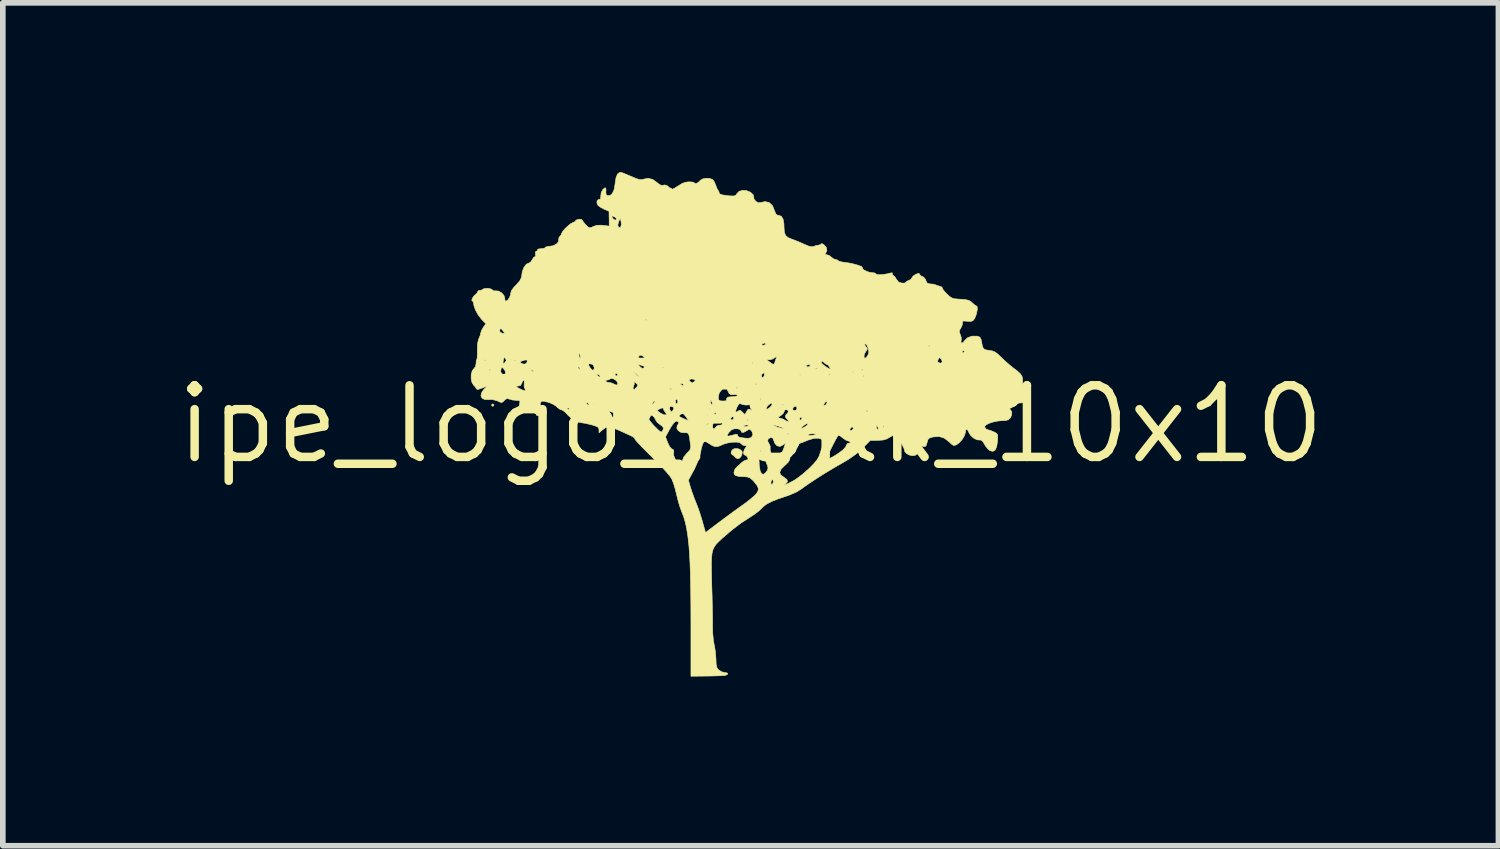
<source format=kicad_pcb>
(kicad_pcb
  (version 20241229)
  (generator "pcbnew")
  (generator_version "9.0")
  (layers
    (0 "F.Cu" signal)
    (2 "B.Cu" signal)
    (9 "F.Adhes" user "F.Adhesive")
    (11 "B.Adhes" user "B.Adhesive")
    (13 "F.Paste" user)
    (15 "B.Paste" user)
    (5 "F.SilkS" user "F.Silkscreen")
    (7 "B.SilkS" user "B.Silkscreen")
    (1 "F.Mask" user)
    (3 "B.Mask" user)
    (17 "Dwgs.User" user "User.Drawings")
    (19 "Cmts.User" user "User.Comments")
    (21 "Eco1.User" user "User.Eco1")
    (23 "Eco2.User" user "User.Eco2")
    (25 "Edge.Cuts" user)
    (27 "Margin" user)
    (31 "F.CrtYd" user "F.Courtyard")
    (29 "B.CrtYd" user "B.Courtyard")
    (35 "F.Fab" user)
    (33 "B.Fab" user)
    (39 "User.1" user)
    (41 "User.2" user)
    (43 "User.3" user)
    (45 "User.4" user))
  (footprint "ipe_logo_FSilk_10x10"
    (layer "F.Cu")
    (at 10.258 4.471)
    (property "Reference" "ipe_logo_FSilk_10x10" (at 0 0 0) (layer "F.SilkS") (effects (font (size 1.27 1.27) (thickness 0.15))))
    (attr through_hole)
    (fp_poly (pts (xy -4.551 -0.344) (xy -4.551 -0.339) (xy -4.567 -0.318) (xy -4.572 -0.318) (xy -4.593 -0.334) (xy -4.593 -0.339) (xy -4.577 -0.359) (xy -4.572 -0.36) (xy -4.551 -0.344)) (stroke (width 0.01) (type solid)) (fill yes) (layer "F.SilkS"))
    (fp_poly (pts (xy -0.179 0.453) (xy -0.15 0.487) (xy -0.148 0.5) (xy -0.16 0.556) (xy -0.189 0.596) (xy -0.226 0.612) (xy -0.261 0.597) (xy -0.269 0.586) (xy -0.303 0.554) (xy -0.321 0.545) (xy -0.346 0.519) (xy -0.343 0.481) (xy -0.316 0.447) (xy -0.285 0.432) (xy -0.229 0.432) (xy -0.179 0.453)) (stroke (width 0.01) (type solid)) (fill yes) (layer "F.SilkS"))
    (fp_poly (pts (xy -2.295 -4.464) (xy -2.272 -4.457) (xy -2.234 -4.442) (xy -2.172 -4.416) (xy -2.081 -4.377) (xy -2.053 -4.365) (xy -1.977 -4.338) (xy -1.921 -4.338) (xy -1.909 -4.342) (xy -1.819 -4.36) (xy -1.738 -4.341) (xy -1.667 -4.29) (xy -1.616 -4.25) (xy -1.577 -4.233) (xy -1.565 -4.234) (xy -1.528 -4.242) (xy -1.487 -4.234) (xy -1.462 -4.216) (xy -1.46 -4.21) (xy -1.443 -4.193) (xy -1.429 -4.191) (xy -1.401 -4.179) (xy -1.397 -4.169) (xy -1.381 -4.169) (xy -1.341 -4.189) (xy -1.289 -4.222) (xy -1.211 -4.27) (xy -1.144 -4.292) (xy -1.088 -4.297) (xy -1.032 -4.293) (xy -0.999 -4.282) (xy -0.995 -4.276) (xy -0.981 -4.264) (xy -0.949 -4.274) (xy -0.913 -4.3) (xy -0.893 -4.322) (xy -0.852 -4.348) (xy -0.79 -4.36) (xy -0.725 -4.357) (xy -0.674 -4.338) (xy -0.668 -4.333) (xy -0.644 -4.296) (xy -0.619 -4.239) (xy -0.615 -4.228) (xy -0.594 -4.174) (xy -0.573 -4.14) (xy -0.57 -4.137) (xy -0.558 -4.113) (xy -0.56 -4.107) (xy -0.554 -4.086) (xy -0.507 -4.067) (xy -0.423 -4.054) (xy -0.381 -4.049) (xy -0.313 -4.046) (xy -0.275 -4.051) (xy -0.271 -4.053) (xy 0.021 -4.053) (xy 0.032 -4.043) (xy 0.042 -4.053) (xy 0.032 -4.064) (xy 0.021 -4.053) (xy -0.271 -4.053) (xy -0.254 -4.068) (xy -0.243 -4.088) (xy -0.205 -4.128) (xy -0.144 -4.146) (xy -0.073 -4.142) (xy -0.005 -4.114) (xy 0.007 -4.105) (xy 0.045 -4.066) (xy 0.055 -4.032) (xy 0.055 -4.029) (xy 0.06 -3.992) (xy 0.09 -3.953) (xy 0.132 -3.928) (xy 0.166 -3.927) (xy 0.257 -3.947) (xy 0.331 -3.929) (xy 0.388 -3.873) (xy 0.424 -3.785) (xy 0.446 -3.729) (xy 0.475 -3.706) (xy 0.491 -3.704) (xy 0.541 -3.689) (xy 0.574 -3.64) (xy 0.59 -3.556) (xy 0.592 -3.499) (xy 0.597 -3.41) (xy 0.617 -3.351) (xy 0.658 -3.312) (xy 0.728 -3.282) (xy 0.735 -3.279) (xy 0.797 -3.256) (xy 0.878 -3.223) (xy 0.947 -3.192) (xy 1.025 -3.159) (xy 1.077 -3.146) (xy 1.112 -3.149) (xy 1.12 -3.153) (xy 1.175 -3.172) (xy 1.205 -3.175) (xy 1.24 -3.184) (xy 1.249 -3.197) (xy 1.263 -3.202) (xy 1.298 -3.184) (xy 1.301 -3.181) (xy 1.343 -3.132) (xy 1.352 -3.076) (xy 1.329 -3.031) (xy 1.318 -3.011) (xy 1.344 -3.006) (xy 1.347 -3.006) (xy 1.394 -2.991) (xy 1.429 -2.963) (xy 1.471 -2.931) (xy 1.504 -2.921) (xy 1.54 -2.911) (xy 1.549 -2.901) (xy 1.572 -2.888) (xy 1.625 -2.875) (xy 1.683 -2.867) (xy 1.757 -2.856) (xy 1.834 -2.839) (xy 1.904 -2.819) (xy 1.956 -2.8) (xy 1.981 -2.783) (xy 1.98 -2.778) (xy 1.983 -2.757) (xy 2.014 -2.732) (xy 2.063 -2.708) (xy 2.116 -2.691) (xy 2.146 -2.688) (xy 2.197 -2.682) (xy 2.222 -2.668) (xy 2.223 -2.664) (xy 2.241 -2.653) (xy 2.289 -2.65) (xy 2.356 -2.655) (xy 2.428 -2.667) (xy 2.475 -2.679) (xy 2.51 -2.685) (xy 2.512 -2.673) (xy 2.515 -2.647) (xy 2.528 -2.639) (xy 2.558 -2.613) (xy 2.586 -2.568) (xy 2.623 -2.52) (xy 2.682 -2.502) (xy 2.683 -2.502) (xy 2.73 -2.503) (xy 2.751 -2.514) (xy 2.752 -2.515) (xy 2.77 -2.535) (xy 2.805 -2.549) (xy 2.844 -2.569) (xy 2.857 -2.592) (xy 2.875 -2.621) (xy 2.917 -2.651) (xy 2.922 -2.654) (xy 2.967 -2.673) (xy 2.989 -2.671) (xy 2.998 -2.655) (xy 3.02 -2.628) (xy 3.031 -2.625) (xy 3.068 -2.607) (xy 3.101 -2.565) (xy 3.115 -2.528) (xy 3.136 -2.496) (xy 3.186 -2.487) (xy 3.238 -2.483) (xy 3.27 -2.474) (xy 3.305 -2.46) (xy 3.35 -2.447) (xy 3.389 -2.432) (xy 3.399 -2.416) (xy 3.407 -2.393) (xy 3.439 -2.352) (xy 3.478 -2.311) (xy 3.527 -2.265) (xy 3.568 -2.238) (xy 3.615 -2.224) (xy 3.684 -2.218) (xy 3.72 -2.216) (xy 3.805 -2.209) (xy 3.86 -2.198) (xy 3.9 -2.177) (xy 3.929 -2.152) (xy 3.971 -2.115) (xy 4.002 -2.096) (xy 4.006 -2.095) (xy 4.018 -2.078) (xy 4.018 -2.033) (xy 4.008 -1.975) (xy 3.99 -1.915) (xy 3.969 -1.87) (xy 3.941 -1.836) (xy 3.907 -1.823) (xy 3.851 -1.825) (xy 3.839 -1.826) (xy 3.782 -1.83) (xy 3.757 -1.824) (xy 3.755 -1.805) (xy 3.756 -1.802) (xy 3.753 -1.762) (xy 3.73 -1.711) (xy 3.727 -1.707) (xy 3.702 -1.661) (xy 3.702 -1.624) (xy 3.717 -1.591) (xy 3.734 -1.538) (xy 3.734 -1.498) (xy 3.729 -1.451) (xy 3.745 -1.437) (xy 3.775 -1.457) (xy 3.79 -1.479) (xy 3.846 -1.533) (xy 3.926 -1.562) (xy 4.016 -1.561) (xy 4.031 -1.558) (xy 4.066 -1.541) (xy 4.086 -1.503) (xy 4.096 -1.453) (xy 4.11 -1.381) (xy 4.13 -1.339) (xy 4.167 -1.319) (xy 4.231 -1.308) (xy 4.236 -1.308) (xy 4.292 -1.298) (xy 4.34 -1.276) (xy 4.391 -1.236) (xy 4.447 -1.182) (xy 4.517 -1.116) (xy 4.589 -1.052) (xy 4.646 -1.006) (xy 4.729 -0.943) (xy 4.783 -0.892) (xy 4.812 -0.846) (xy 4.823 -0.794) (xy 4.823 -0.738) (xy 4.823 -0.667) (xy 4.835 -0.625) (xy 4.858 -0.601) (xy 4.881 -0.578) (xy 4.878 -0.57) (xy 4.879 -0.563) (xy 4.905 -0.55) (xy 4.94 -0.524) (xy 4.952 -0.478) (xy 4.953 -0.456) (xy 4.953 -0.381) (xy 4.831 -0.381) (xy 4.728 -0.372) (xy 4.647 -0.343) (xy 4.636 -0.336) (xy 4.592 -0.306) (xy 4.579 -0.287) (xy 4.594 -0.269) (xy 4.599 -0.265) (xy 4.631 -0.219) (xy 4.627 -0.158) (xy 4.603 -0.111) (xy 4.57 -0.079) (xy 4.521 -0.066) (xy 4.472 -0.064) (xy 4.386 -0.057) (xy 4.3 -0.04) (xy 4.225 -0.015) (xy 4.171 0.014) (xy 4.149 0.043) (xy 4.149 0.046) (xy 4.168 0.081) (xy 4.207 0.098) (xy 4.27 0.118) (xy 4.326 0.142) (xy 4.359 0.162) (xy 4.376 0.185) (xy 4.381 0.225) (xy 4.378 0.294) (xy 4.377 0.299) (xy 4.362 0.399) (xy 4.335 0.459) (xy 4.293 0.481) (xy 4.246 0.47) (xy 4.204 0.437) (xy 4.161 0.382) (xy 4.148 0.359) (xy 4.114 0.302) (xy 4.083 0.281) (xy 4.064 0.281) (xy 4.011 0.276) (xy 3.951 0.245) (xy 3.899 0.196) (xy 3.87 0.148) (xy 3.846 0.1) (xy 3.825 0.087) (xy 3.812 0.111) (xy 3.81 0.134) (xy 3.794 0.196) (xy 3.754 0.266) (xy 3.699 0.328) (xy 3.657 0.359) (xy 3.622 0.376) (xy 3.594 0.375) (xy 3.561 0.352) (xy 3.519 0.312) (xy 3.433 0.246) (xy 3.344 0.219) (xy 3.239 0.225) (xy 3.229 0.227) (xy 3.172 0.244) (xy 3.144 0.271) (xy 3.131 0.314) (xy 3.115 0.373) (xy 3.094 0.397) (xy 3.056 0.394) (xy 3.027 0.384) (xy 2.983 0.371) (xy 2.969 0.377) (xy 2.974 0.403) (xy 2.977 0.471) (xy 2.948 0.529) (xy 2.92 0.551) (xy 2.872 0.559) (xy 2.814 0.546) (xy 2.763 0.519) (xy 2.733 0.484) (xy 2.731 0.471) (xy 2.72 0.432) (xy 2.692 0.373) (xy 2.667 0.331) (xy 2.646 0.296) (xy 2.88 0.296) (xy 2.885 0.307) (xy 2.897 0.323) (xy 2.928 0.356) (xy 2.942 0.356) (xy 2.942 0.352) (xy 2.928 0.334) (xy 2.905 0.315) (xy 2.88 0.296) (xy 2.646 0.296) (xy 2.632 0.273) (xy 2.609 0.229) (xy 2.603 0.212) (xy 2.589 0.184) (xy 2.549 0.187) (xy 2.484 0.22) (xy 2.473 0.227) (xy 2.411 0.262) (xy 2.349 0.28) (xy 2.267 0.286) (xy 2.252 0.286) (xy 2.121 0.287) (xy 1.986 0.424) (xy 1.874 0.525) (xy 1.741 0.619) (xy 1.63 0.685) (xy 1.48 0.771) (xy 1.327 0.863) (xy 1.181 0.955) (xy 1.05 1.041) (xy 0.944 1.115) (xy 0.907 1.143) (xy 0.811 1.203) (xy 0.683 1.258) (xy 0.621 1.279) (xy 0.477 1.328) (xy 0.367 1.372) (xy 0.284 1.416) (xy 0.222 1.463) (xy 0.192 1.494) (xy 0.143 1.54) (xy 0.072 1.594) (xy -0.007 1.647) (xy -0.014 1.651) (xy -0.177 1.757) (xy -0.332 1.875) (xy -0.496 2.016) (xy -0.517 2.035) (xy -0.569 2.084) (xy -0.611 2.128) (xy -0.643 2.172) (xy -0.667 2.222) (xy -0.683 2.282) (xy -0.692 2.359) (xy -0.696 2.458) (xy -0.695 2.585) (xy -0.692 2.744) (xy -0.688 2.889) (xy -0.683 3.048) (xy -0.68 3.201) (xy -0.677 3.342) (xy -0.675 3.462) (xy -0.675 3.554) (xy -0.675 3.598) (xy -0.672 3.705) (xy -0.661 3.821) (xy -0.647 3.905) (xy -0.629 4.004) (xy -0.618 4.11) (xy -0.614 4.182) (xy -0.611 4.26) (xy -0.6 4.31) (xy -0.576 4.346) (xy -0.565 4.357) (xy -0.512 4.39) (xy -0.459 4.403) (xy -0.413 4.411) (xy -0.405 4.429) (xy -0.436 4.448) (xy -0.45 4.452) (xy -0.488 4.456) (xy -0.559 4.46) (xy -0.654 4.463) (xy -0.761 4.465) (xy -0.778 4.465) (xy -1.058 4.468) (xy -1.058 3.562) (xy -1.059 3.236) (xy -1.062 2.948) (xy -1.067 2.696) (xy -1.074 2.476) (xy -1.084 2.285) (xy -1.097 2.12) (xy -1.114 1.977) (xy -1.134 1.852) (xy -1.157 1.744) (xy -1.185 1.647) (xy -1.218 1.559) (xy -1.228 1.535) (xy -1.254 1.463) (xy -1.283 1.367) (xy -1.308 1.266) (xy -1.313 1.245) (xy -1.337 1.148) (xy -1.365 1.055) (xy -1.389 0.992) (xy -1.103 0.992) (xy -1.068 1.115) (xy -1.039 1.203) (xy -1.003 1.304) (xy -0.974 1.376) (xy -0.941 1.46) (xy -0.903 1.567) (xy -0.869 1.678) (xy -0.857 1.717) (xy -0.8 1.921) (xy -0.585 1.758) (xy -0.475 1.676) (xy -0.349 1.583) (xy -0.227 1.494) (xy -0.155 1.443) (xy -0.067 1.379) (xy 0.012 1.316) (xy 0.073 1.262) (xy 0.107 1.226) (xy 0.133 1.178) (xy 0.136 1.134) (xy 0.112 1.083) (xy 0.077 1.04) (xy 0.36 1.04) (xy 0.368 1.068) (xy 0.381 1.069) (xy 0.399 1.039) (xy 0.402 1.014) (xy 0.394 0.985) (xy 0.381 0.984) (xy 0.363 1.014) (xy 0.36 1.04) (xy 0.077 1.04) (xy 0.06 1.017) (xy 0.041 0.997) (xy -0.009 0.952) (xy -0.063 0.934) (xy -0.11 0.931) (xy -0.204 0.926) (xy -0.262 0.912) (xy -0.291 0.885) (xy -0.296 0.855) (xy -0.281 0.803) (xy -0.253 0.767) (xy -0.206 0.725) (xy -0.161 0.683) (xy -0.116 0.649) (xy -0.077 0.635) (xy -0.077 0.635) (xy -0.048 0.631) (xy -0.047 0.623) (xy 0.148 0.623) (xy 0.154 0.742) (xy 0.169 0.828) (xy 0.194 0.877) (xy 0.226 0.889) (xy 0.265 0.861) (xy 0.271 0.853) (xy 0.516 0.853) (xy 0.533 0.898) (xy 0.589 0.94) (xy 0.594 0.943) (xy 0.644 0.981) (xy 0.653 1.02) (xy 0.621 1.058) (xy 0.619 1.059) (xy 0.594 1.077) (xy 0.6 1.079) (xy 0.629 1.068) (xy 0.675 1.046) (xy 0.731 1.017) (xy 0.782 0.989) (xy 0.85 0.942) (xy 0.933 0.877) (xy 1.017 0.803) (xy 1.05 0.773) (xy 1.128 0.692) (xy 1.18 0.628) (xy 1.201 0.592) (xy 1.355 0.592) (xy 1.366 0.612) (xy 1.401 0.606) (xy 1.464 0.575) (xy 1.545 0.524) (xy 1.633 0.459) (xy 1.684 0.405) (xy 1.694 0.381) (xy 1.716 0.34) (xy 1.744 0.335) (xy 1.77 0.331) (xy 1.768 0.319) (xy 1.737 0.298) (xy 1.725 0.296) (xy 1.692 0.284) (xy 1.644 0.252) (xy 1.63 0.24) (xy 1.585 0.206) (xy 1.558 0.2) (xy 1.542 0.213) (xy 1.518 0.254) (xy 1.484 0.317) (xy 1.446 0.391) (xy 1.409 0.466) (xy 1.379 0.532) (xy 1.359 0.578) (xy 1.355 0.592) (xy 1.201 0.592) (xy 1.212 0.572) (xy 1.227 0.529) (xy 1.251 0.455) (xy 1.278 0.388) (xy 1.286 0.372) (xy 1.306 0.328) (xy 1.302 0.301) (xy 1.273 0.273) (xy 1.21 0.248) (xy 1.124 0.25) (xy 1.023 0.28) (xy 1.005 0.288) (xy 0.942 0.313) (xy 0.868 0.34) (xy 0.857 0.343) (xy 0.795 0.372) (xy 0.768 0.408) (xy 0.766 0.417) (xy 0.747 0.466) (xy 0.729 0.488) (xy 0.708 0.526) (xy 0.699 0.581) (xy 0.699 0.583) (xy 0.692 0.63) (xy 0.667 0.673) (xy 0.616 0.723) (xy 0.601 0.736) (xy 0.538 0.8) (xy 0.516 0.853) (xy 0.271 0.853) (xy 0.285 0.834) (xy 0.302 0.805) (xy 0.308 0.777) (xy 0.301 0.74) (xy 0.279 0.683) (xy 0.253 0.622) (xy 0.219 0.55) (xy 0.19 0.495) (xy 0.17 0.467) (xy 0.166 0.466) (xy 0.158 0.485) (xy 0.151 0.536) (xy 0.148 0.609) (xy 0.148 0.623) (xy -0.047 0.623) (xy -0.046 0.611) (xy -0.055 0.584) (xy -0.081 0.555) (xy -0.098 0.55) (xy -0.121 0.534) (xy -0.125 0.495) (xy -0.111 0.448) (xy -0.092 0.42) (xy -0.069 0.391) (xy -0.08 0.382) (xy -0.103 0.381) (xy -0.145 0.368) (xy -0.162 0.349) (xy -0.191 0.327) (xy -0.248 0.317) (xy -0.323 0.319) (xy -0.403 0.331) (xy -0.477 0.353) (xy -0.492 0.36) (xy -0.567 0.391) (xy -0.623 0.399) (xy -0.677 0.381) (xy -0.731 0.347) (xy -0.782 0.315) (xy -0.811 0.306) (xy -0.83 0.317) (xy -0.838 0.327) (xy -0.855 0.366) (xy -0.874 0.431) (xy -0.888 0.501) (xy -0.925 0.635) (xy -0.991 0.785) (xy -1.007 0.815) (xy -1.103 0.992) (xy -1.389 0.992) (xy -1.392 0.983) (xy -1.398 0.97) (xy -1.431 0.921) (xy -1.491 0.849) (xy -1.574 0.758) (xy -1.676 0.653) (xy -1.749 0.582) (xy -1.841 0.49) (xy -1.923 0.408) (xy -1.988 0.339) (xy -2.033 0.289) (xy -2.053 0.262) (xy -2.053 0.26) (xy -2.055 0.249) (xy -2.066 0.237) (xy -2.085 0.225) (xy -1.509 0.225) (xy -1.47 0.327) (xy -1.438 0.393) (xy -1.405 0.433) (xy -1.392 0.44) (xy -1.364 0.458) (xy -1.363 0.499) (xy -1.365 0.506) (xy -1.364 0.555) (xy -1.338 0.618) (xy -1.309 0.667) (xy -1.241 0.773) (xy -1.222 0.677) (xy -1.185 0.581) (xy -1.129 0.514) (xy -1.085 0.47) (xy -1.065 0.433) (xy -1.064 0.383) (xy -1.069 0.345) (xy -1.075 0.299) (xy 0.301 0.299) (xy 0.326 0.344) (xy 0.326 0.344) (xy 0.347 0.389) (xy 0.346 0.418) (xy 0.347 0.465) (xy 0.365 0.526) (xy 0.392 0.587) (xy 0.424 0.635) (xy 0.453 0.656) (xy 0.455 0.656) (xy 0.484 0.637) (xy 0.52 0.584) (xy 0.539 0.545) (xy 0.57 0.473) (xy 0.594 0.409) (xy 0.604 0.381) (xy 0.613 0.345) (xy 0.604 0.343) (xy 0.574 0.368) (xy 0.521 0.394) (xy 0.469 0.383) (xy 0.428 0.338) (xy 0.413 0.296) (xy 0.396 0.25) (xy 0.368 0.236) (xy 0.353 0.237) (xy 0.312 0.259) (xy 0.301 0.299) (xy -1.075 0.299) (xy -1.081 0.253) (xy -1.091 0.204) (xy -0.417 0.204) (xy -0.403 0.211) (xy -0.368 0.206) (xy -0.309 0.192) (xy -0.27 0.179) (xy -0.239 0.178) (xy -0.233 0.197) (xy -0.224 0.218) (xy -0.191 0.233) (xy -0.129 0.243) (xy -0.052 0.251) (xy -0.004 0.242) (xy 0.017 0.229) (xy 0.039 0.19) (xy 1.016 0.19) (xy 1.034 0.198) (xy 1.075 0.198) (xy 1.122 0.192) (xy 1.158 0.18) (xy 1.162 0.177) (xy 1.15 0.172) (xy 1.108 0.169) (xy 1.094 0.169) (xy 1.043 0.174) (xy 1.017 0.187) (xy 1.016 0.19) (xy 0.039 0.19) (xy 0.041 0.186) (xy 0.036 0.169) (xy 0.656 0.169) (xy 0.664 0.187) (xy 0.67 0.183) (xy 0.673 0.158) (xy 0.67 0.155) (xy 0.658 0.158) (xy 0.656 0.169) (xy 0.036 0.169) (xy 0.027 0.137) (xy 0.014 0.117) (xy -0.01 0.092) (xy 1.761 0.092) (xy 1.765 0.117) (xy 1.787 0.114) (xy 1.816 0.087) (xy 1.82 0.07) (xy 1.811 0.052) (xy 2.23 0.052) (xy 2.235 0.072) (xy 2.251 0.097) (xy 2.259 0.097) (xy 2.262 0.071) (xy 2.256 0.051) (xy 2.251 0.042) (xy 2.349 0.042) (xy 2.357 0.06) (xy 2.364 0.056) (xy 2.366 0.031) (xy 2.364 0.028) (xy 2.351 0.031) (xy 2.349 0.042) (xy 2.251 0.042) (xy 2.24 0.026) (xy 2.232 0.026) (xy 2.23 0.052) (xy 1.811 0.052) (xy 1.809 0.048) (xy 1.786 0.053) (xy 1.765 0.079) (xy 1.761 0.092) (xy -0.01 0.092) (xy -0.01 0.091) (xy -0.034 0.093) (xy -0.065 0.113) (xy -0.121 0.143) (xy -0.157 0.144) (xy -0.169 0.119) (xy -0.187 0.094) (xy -0.231 0.081) (xy -0.285 0.081) (xy -0.333 0.096) (xy -0.339 0.1) (xy -0.383 0.143) (xy -0.404 0.174) (xy -0.417 0.204) (xy -1.091 0.204) (xy -1.092 0.195) (xy -1.107 0.164) (xy -1.128 0.152) (xy -1.161 0.151) (xy -1.175 0.152) (xy -1.239 0.143) (xy -1.286 0.111) (xy -1.309 0.068) (xy -1.303 0.037) (xy -0.677 0.037) (xy -0.667 0.076) (xy -0.644 0.082) (xy -0.621 0.053) (xy -0.6 0.034) (xy -0.127 0.034) (xy -0.109 0.041) (xy -0.085 0.042) (xy -0.05 0.034) (xy -0.042 0.023) (xy -0.059 0.012) (xy -0.085 0.015) (xy -0.119 0.027) (xy -0.127 0.034) (xy -0.6 0.034) (xy -0.593 0.028) (xy -0.56 0.021) (xy -0.511 0.012) (xy -0.51 0.009) (xy 0.39 0.009) (xy 0.412 0.024) (xy 0.481 0.054) (xy 0.564 0.074) (xy 0.624 0.078) (xy 0.625 0.077) (xy 0.892 0.077) (xy 0.899 0.079) (xy 0.937 0.061) (xy 0.94 0.06) (xy 1.259 0.06) (xy 1.283 0.063) (xy 1.319 0.051) (xy 1.339 0.008) (xy 1.341 -0.003) (xy 1.351 -0.072) (xy 1.354 -0.136) (xy 1.35 -0.183) (xy 1.34 -0.203) (xy 1.335 -0.202) (xy 1.322 -0.176) (xy 1.308 -0.122) (xy 1.301 -0.079) (xy 1.288 -0.014) (xy 1.272 0.034) (xy 1.262 0.047) (xy 1.259 0.06) (xy 0.94 0.06) (xy 0.947 0.056) (xy 0.992 0.027) (xy 1.015 0.002) (xy 1.016 -0.001) (xy 1.003 -0.011) (xy 0.97 0.002) (xy 0.931 0.032) (xy 0.908 0.055) (xy 0.892 0.077) (xy 0.625 0.077) (xy 0.656 0.063) (xy 0.671 0.02) (xy 0.674 0.002) (xy 0.67 -0.061) (xy 0.647 -0.089) (xy 0.643 -0.094) (xy 0.868 -0.094) (xy 0.878 -0.072) (xy 0.889 -0.074) (xy 0.909 -0.101) (xy 0.91 -0.107) (xy 0.894 -0.126) (xy 0.889 -0.127) (xy 0.87 -0.11) (xy 0.868 -0.094) (xy 0.643 -0.094) (xy 0.617 -0.124) (xy 0.623 -0.164) (xy 0.646 -0.185) (xy 0.669 -0.218) (xy 0.667 -0.233) (xy 2.053 -0.233) (xy 2.061 -0.215) (xy 2.067 -0.219) (xy 2.07 -0.244) (xy 2.067 -0.247) (xy 2.055 -0.244) (xy 2.053 -0.233) (xy 0.667 -0.233) (xy 0.666 -0.238) (xy 0.641 -0.26) (xy 0.61 -0.255) (xy 0.593 -0.225) (xy 0.593 -0.22) (xy 0.576 -0.189) (xy 0.538 -0.156) (xy 0.483 -0.12) (xy 0.538 -0.091) (xy 0.577 -0.064) (xy 0.593 -0.042) (xy 0.574 -0.014) (xy 0.528 0.007) (xy 0.468 0.014) (xy 0.438 0.011) (xy 0.396 0.004) (xy 0.39 0.009) (xy -0.51 0.009) (xy -0.5 -0.014) (xy -0.527 -0.051) (xy -0.578 -0.075) (xy -0.627 -0.064) (xy -0.663 -0.023) (xy -0.677 0.037) (xy -1.303 0.037) (xy -1.3 0.021) (xy -1.298 0.019) (xy -0.778 0.019) (xy -0.762 0.008) (xy -0.759 0.006) (xy -0.743 -0.022) (xy -0.745 -0.032) (xy -0.761 -0.026) (xy -0.771 -0.006) (xy -0.778 0.019) (xy -1.298 0.019) (xy -1.287 0.004) (xy -1.273 -0.025) (xy -1.286 -0.046) (xy -1.318 -0.056) (xy -1.357 -0.029) (xy -1.405 0.037) (xy -1.448 0.111) (xy -1.509 0.225) (xy -2.085 0.225) (xy -2.09 0.221) (xy -2.134 0.199) (xy -2.204 0.167) (xy -2.305 0.121) (xy -2.337 0.107) (xy -2.428 0.069) (xy -2.492 0.049) (xy -2.54 0.048) (xy -2.581 0.066) (xy -2.623 0.097) (xy -2.688 0.152) (xy -2.688 0.1) (xy -2.693 0.069) (xy -2.715 0.047) (xy -2.763 0.028) (xy -2.811 0.013) (xy -2.884 -0.005) (xy -2.943 -0.018) (xy -2.97 -0.021) (xy -3.071 -0.041) (xy -3.169 -0.095) (xy -3.175 -0.101) (xy -1.803 -0.101) (xy -1.802 -0.083) (xy -1.774 -0.043) (xy -1.726 0.013) (xy -1.707 0.033) (xy -1.645 0.095) (xy -1.605 0.128) (xy -1.58 0.137) (xy -1.566 0.127) (xy -1.548 0.084) (xy -1.545 0.068) (xy -1.562 0.04) (xy -1.603 0.008) (xy -1.609 0.004) (xy -1.657 -0.034) (xy -1.685 -0.078) (xy -1.686 -0.08) (xy -1.705 -0.119) (xy -1.727 -0.141) (xy -1.269 -0.141) (xy -1.268 -0.14) (xy -1.245 -0.126) (xy -1.2 -0.104) (xy -1.15 -0.082) (xy -1.112 -0.067) (xy -1.105 -0.064) (xy -1.111 -0.079) (xy -1.125 -0.1) (xy -0.353 -0.1) (xy -0.35 -0.085) (xy -0.327 -0.074) (xy -0.327 -0.074) (xy -0.064 -0.074) (xy -0.053 -0.064) (xy -0.042 -0.074) (xy -0.053 -0.085) (xy -0.064 -0.074) (xy -0.327 -0.074) (xy -0.304 -0.09) (xy -0.298 -0.12) (xy -0.299 -0.124) (xy -0.32 -0.135) (xy -0.336 -0.129) (xy -0.353 -0.1) (xy -1.125 -0.1) (xy -1.135 -0.116) (xy -1.143 -0.127) (xy -1.168 -0.159) (xy -0.783 -0.159) (xy -0.773 -0.148) (xy -0.762 -0.159) (xy -0.773 -0.169) (xy -0.783 -0.159) (xy -1.168 -0.159) (xy -1.176 -0.168) (xy -1.2 -0.19) (xy -1.203 -0.19) (xy -1.233 -0.18) (xy -1.261 -0.159) (xy -1.269 -0.141) (xy -1.727 -0.141) (xy -1.734 -0.148) (xy -1.762 -0.159) (xy -1.777 -0.147) (xy -1.778 -0.14) (xy -1.793 -0.107) (xy -1.803 -0.101) (xy -3.175 -0.101) (xy -3.239 -0.161) (xy -3.286 -0.212) (xy -3.302 -0.224) (xy -3.124 -0.224) (xy -3.114 -0.211) (xy -3.09 -0.191) (xy -3.044 -0.161) (xy -3.006 -0.149) (xy -2.992 -0.155) (xy -3.016 -0.176) (xy -3.017 -0.176) (xy -3.07 -0.206) (xy -3.101 -0.219) (xy -3.124 -0.224) (xy -3.302 -0.224) (xy -3.329 -0.245) (xy -3.349 -0.253) (xy -3.387 -0.268) (xy -3.406 -0.283) (xy -3.252 -0.283) (xy -3.249 -0.275) (xy -3.23 -0.255) (xy -3.227 -0.254) (xy -3.218 -0.27) (xy -3.217 -0.275) (xy -3.234 -0.296) (xy -3.24 -0.296) (xy -3.252 -0.283) (xy -3.406 -0.283) (xy -3.428 -0.301) (xy -2.68 -0.301) (xy -2.678 -0.254) (xy -2.677 -0.251) (xy -2.661 -0.186) (xy -2.645 -0.157) (xy -2.626 -0.16) (xy -2.62 -0.166) (xy -2.615 -0.184) (xy -2.519 -0.184) (xy -2.504 -0.132) (xy -2.459 -0.109) (xy -2.45 -0.108) (xy -2.438 -0.124) (xy -2.434 -0.159) (xy -2.437 -0.199) (xy -2.443 -0.212) (xy -2.468 -0.218) (xy -2.485 -0.225) (xy -2.511 -0.224) (xy -2.519 -0.189) (xy -2.519 -0.184) (xy -2.615 -0.184) (xy -2.61 -0.205) (xy -2.618 -0.246) (xy -2.62 -0.25) (xy -1.655 -0.25) (xy -1.646 -0.232) (xy -1.604 -0.201) (xy -1.551 -0.172) (xy -1.512 -0.163) (xy -1.494 -0.173) (xy -1.5 -0.191) (xy -0.646 -0.191) (xy -0.644 -0.171) (xy -0.636 -0.169) (xy -0.615 -0.185) (xy -0.614 -0.191) (xy -0.621 -0.211) (xy -0.623 -0.212) (xy -0.641 -0.197) (xy -0.646 -0.191) (xy -1.5 -0.191) (xy -1.504 -0.201) (xy -1.513 -0.211) (xy -1.539 -0.25) (xy -1.545 -0.273) (xy -1.559 -0.29) (xy -1.572 -0.288) (xy -1.614 -0.27) (xy -1.636 -0.262) (xy -1.655 -0.25) (xy -2.62 -0.25) (xy -2.643 -0.297) (xy -2.644 -0.298) (xy -1.439 -0.298) (xy -1.432 -0.263) (xy -1.426 -0.244) (xy -1.411 -0.22) (xy -1.39 -0.231) (xy -1.381 -0.24) (xy -1.378 -0.245) (xy -0.264 -0.245) (xy -0.263 -0.216) (xy -0.239 -0.22) (xy -0.222 -0.233) (xy -0.194 -0.247) (xy -0.165 -0.233) (xy -0.144 -0.212) (xy -0.112 -0.18) (xy -0.096 -0.178) (xy -0.083 -0.205) (xy -0.082 -0.206) (xy -0.058 -0.249) (xy -0.041 -0.266) (xy -0.008 -0.264) (xy 0.01 -0.247) (xy 0.039 -0.225) (xy 0.061 -0.236) (xy 0.067 -0.264) (xy 0.277 -0.264) (xy 0.291 -0.265) (xy 0.299 -0.27) (xy 0.746 -0.27) (xy 0.752 -0.253) (xy 0.779 -0.237) (xy 0.808 -0.253) (xy 0.822 -0.282) (xy 0.816 -0.302) (xy 1.293 -0.302) (xy 1.304 -0.305) (xy 1.322 -0.327) (xy 1.347 -0.366) (xy 1.355 -0.387) (xy 1.345 -0.404) (xy 1.325 -0.394) (xy 1.305 -0.366) (xy 1.296 -0.337) (xy 1.293 -0.302) (xy 0.816 -0.302) (xy 0.813 -0.312) (xy 0.797 -0.318) (xy 0.758 -0.303) (xy 0.746 -0.27) (xy 0.299 -0.27) (xy 0.326 -0.286) (xy 0.365 -0.321) (xy 0.38 -0.353) (xy 0.557 -0.353) (xy 0.56 -0.34) (xy 0.572 -0.339) (xy 0.589 -0.346) (xy 0.586 -0.353) (xy 0.56 -0.355) (xy 0.557 -0.353) (xy 0.38 -0.353) (xy 0.381 -0.354) (xy 0.377 -0.375) (xy 0.356 -0.369) (xy 0.333 -0.355) (xy 0.295 -0.318) (xy 0.279 -0.287) (xy 0.277 -0.264) (xy 0.067 -0.264) (xy 0.068 -0.272) (xy 0.059 -0.321) (xy 0.039 -0.363) (xy 0.018 -0.365) (xy 0.014 -0.361) (xy -0.027 -0.343) (xy -0.089 -0.34) (xy -0.15 -0.351) (xy -0.167 -0.359) (xy -0.195 -0.365) (xy -0.219 -0.344) (xy -0.241 -0.303) (xy -0.264 -0.245) (xy -1.378 -0.245) (xy -1.367 -0.265) (xy -0.741 -0.265) (xy -0.73 -0.254) (xy -0.72 -0.265) (xy -0.73 -0.275) (xy -0.741 -0.265) (xy -1.367 -0.265) (xy -1.362 -0.275) (xy -1.364 -0.294) (xy -1.391 -0.314) (xy -1.423 -0.316) (xy -1.439 -0.299) (xy -1.439 -0.298) (xy -2.644 -0.298) (xy -2.666 -0.315) (xy -2.68 -0.301) (xy -3.428 -0.301) (xy -3.432 -0.304) (xy -3.435 -0.308) (xy -3.488 -0.347) (xy -3.534 -0.368) (xy -2.914 -0.368) (xy -2.91 -0.36) (xy -2.882 -0.339) (xy -2.876 -0.339) (xy -2.867 -0.349) (xy -2.794 -0.349) (xy -2.783 -0.339) (xy -2.778 -0.344) (xy -1.753 -0.344) (xy -1.745 -0.344) (xy -1.724 -0.365) (xy -1.699 -0.396) (xy -1.699 -0.402) (xy -1.333 -0.402) (xy -1.325 -0.368) (xy -1.312 -0.36) (xy -1.295 -0.378) (xy -1.293 -0.393) (xy -0.713 -0.393) (xy -0.707 -0.373) (xy -0.691 -0.348) (xy -0.683 -0.347) (xy -0.68 -0.373) (xy -0.686 -0.394) (xy -0.702 -0.419) (xy -0.71 -0.419) (xy -0.713 -0.393) (xy -1.293 -0.393) (xy -1.291 -0.402) (xy -1.3 -0.437) (xy -1.312 -0.445) (xy -1.33 -0.427) (xy -1.333 -0.402) (xy -1.699 -0.402) (xy -1.698 -0.414) (xy -1.716 -0.408) (xy -1.736 -0.378) (xy -1.753 -0.344) (xy -2.778 -0.344) (xy -2.773 -0.349) (xy -2.783 -0.36) (xy -2.794 -0.349) (xy -2.867 -0.349) (xy -2.865 -0.352) (xy -2.868 -0.36) (xy -2.896 -0.38) (xy -2.902 -0.381) (xy -2.914 -0.368) (xy -3.534 -0.368) (xy -3.562 -0.38) (xy -3.595 -0.391) (xy -3.659 -0.406) (xy -3.695 -0.409) (xy -3.715 -0.397) (xy -3.725 -0.382) (xy -3.731 -0.343) (xy -3.703 -0.306) (xy -3.667 -0.26) (xy -3.671 -0.218) (xy -3.703 -0.181) (xy -3.755 -0.151) (xy -3.795 -0.158) (xy -3.816 -0.202) (xy -3.817 -0.234) (xy -3.816 -0.281) (xy -3.822 -0.291) (xy -3.841 -0.267) (xy -3.846 -0.259) (xy -3.885 -0.226) (xy -3.936 -0.21) (xy -3.984 -0.212) (xy -4.016 -0.233) (xy -4.022 -0.254) (xy -4.031 -0.277) (xy -3.953 -0.277) (xy -3.95 -0.275) (xy -3.931 -0.29) (xy -3.926 -0.296) (xy -3.921 -0.316) (xy -3.924 -0.318) (xy -3.943 -0.303) (xy -3.948 -0.296) (xy -3.953 -0.277) (xy -4.031 -0.277) (xy -4.036 -0.289) (xy -4.066 -0.296) (xy -4.095 -0.302) (xy -4.101 -0.328) (xy -4.096 -0.36) (xy -4.089 -0.402) (xy -4.102 -0.419) (xy -4.145 -0.423) (xy -4.159 -0.423) (xy -4.224 -0.43) (xy -4.276 -0.445) (xy -4.279 -0.446) (xy -4.317 -0.457) (xy -4.352 -0.437) (xy -4.363 -0.425) (xy -4.395 -0.394) (xy -4.419 -0.384) (xy -4.454 -0.396) (xy -4.492 -0.415) (xy -4.583 -0.44) (xy -4.631 -0.437) (xy -4.713 -0.437) (xy -4.764 -0.463) (xy -4.773 -0.485) (xy -0.571 -0.485) (xy -0.568 -0.436) (xy -0.548 -0.416) (xy -0.499 -0.411) (xy -0.499 -0.411) (xy -0.451 -0.413) (xy -0.427 -0.42) (xy -0.427 -0.422) (xy -0.425 -0.445) (xy 0.169 -0.445) (xy 0.177 -0.427) (xy 0.183 -0.43) (xy 0.186 -0.456) (xy 0.183 -0.459) (xy 0.171 -0.456) (xy 0.169 -0.445) (xy -0.425 -0.445) (xy -0.424 -0.461) (xy -0.398 -0.481) (xy -0.341 -0.487) (xy -0.328 -0.487) (xy -0.268 -0.492) (xy -0.236 -0.504) (xy -0.233 -0.51) (xy -0.251 -0.525) (xy -0.297 -0.525) (xy -0.348 -0.524) (xy -0.382 -0.546) (xy -0.408 -0.599) (xy -0.417 -0.623) (xy -0.424 -0.646) (xy -0.254 -0.646) (xy -0.243 -0.635) (xy -0.233 -0.646) (xy -0.243 -0.656) (xy -0.254 -0.646) (xy -0.424 -0.646) (xy -0.437 -0.685) (xy -0.504 -0.621) (xy -0.553 -0.561) (xy -0.571 -0.5) (xy -0.571 -0.485) (xy -4.773 -0.485) (xy -4.782 -0.509) (xy -4.764 -0.57) (xy -4.727 -0.618) (xy -4.68 -0.667) (xy -4.16 -0.667) (xy -4.128 -0.647) (xy -4.106 -0.635) (xy -4.042 -0.604) (xy -4.001 -0.593) (xy -3.988 -0.602) (xy -4.001 -0.624) (xy -4.007 -0.643) (xy -2.084 -0.643) (xy -2.081 -0.627) (xy -2.067 -0.616) (xy -2.052 -0.623) (xy -2.048 -0.628) (xy -1.432 -0.628) (xy -1.429 -0.615) (xy -1.418 -0.614) (xy -1.401 -0.622) (xy -1.404 -0.628) (xy -1.429 -0.63) (xy -1.432 -0.628) (xy -2.048 -0.628) (xy -2.025 -0.653) (xy -2.022 -0.656) (xy -0.889 -0.656) (xy -0.881 -0.639) (xy -0.875 -0.642) (xy -0.872 -0.667) (xy -0.875 -0.67) (xy -0.887 -0.667) (xy -0.889 -0.656) (xy -2.022 -0.656) (xy -2.002 -0.683) (xy -2.009 -0.707) (xy -2.019 -0.716) (xy -1.247 -0.716) (xy -1.232 -0.701) (xy -1.228 -0.699) (xy -1.196 -0.68) (xy -1.186 -0.686) (xy -1.185 -0.699) (xy -1.196 -0.709) (xy 0.085 -0.709) (xy 0.095 -0.699) (xy 0.106 -0.709) (xy 0.095 -0.72) (xy 0.085 -0.709) (xy -1.196 -0.709) (xy -1.203 -0.716) (xy -1.222 -0.719) (xy -1.247 -0.716) (xy -2.019 -0.716) (xy -2.035 -0.732) (xy -2.063 -0.753) (xy -2.067 -0.748) (xy -2.066 -0.747) (xy -2.063 -0.708) (xy -2.073 -0.681) (xy -2.084 -0.643) (xy -4.007 -0.643) (xy -4.017 -0.671) (xy -4.014 -0.72) (xy -4.013 -0.762) (xy -2.572 -0.762) (xy -2.542 -0.745) (xy -2.511 -0.741) (xy -2.455 -0.728) (xy -2.422 -0.711) (xy -2.381 -0.693) (xy -2.357 -0.708) (xy -2.361 -0.745) (xy -2.386 -0.777) (xy -2.399 -0.785) (xy -1.089 -0.785) (xy -1.081 -0.763) (xy -1.045 -0.737) (xy -1.043 -0.736) (xy -0.994 -0.721) (xy -0.974 -0.735) (xy -0.982 -0.773) (xy -1.01 -0.798) (xy -1.053 -0.803) (xy -1.087 -0.788) (xy -1.089 -0.785) (xy -2.399 -0.785) (xy -2.427 -0.802) (xy -2.467 -0.812) (xy -2.488 -0.804) (xy -2.517 -0.787) (xy -2.542 -0.783) (xy -2.571 -0.775) (xy -2.572 -0.762) (xy -4.013 -0.762) (xy -4.012 -0.768) (xy -4.026 -0.782) (xy -4.046 -0.758) (xy -4.055 -0.73) (xy -4.079 -0.688) (xy -4.125 -0.676) (xy -4.158 -0.675) (xy -4.16 -0.667) (xy -4.68 -0.667) (xy -4.67 -0.677) (xy -4.762 -0.641) (xy -4.821 -0.62) (xy -4.851 -0.618) (xy -4.864 -0.633) (xy -4.887 -0.668) (xy -4.913 -0.695) (xy -4.941 -0.741) (xy -4.955 -0.809) (xy -4.954 -0.877) (xy -2.722 -0.877) (xy -2.709 -0.857) (xy -2.681 -0.835) (xy -2.668 -0.842) (xy -2.677 -0.866) (xy -2.685 -0.873) (xy -2.404 -0.873) (xy -2.401 -0.866) (xy -2.376 -0.856) (xy -2.369 -0.858) (xy -2.358 -0.884) (xy -2.361 -0.891) (xy -2.387 -0.901) (xy -2.394 -0.898) (xy -2.404 -0.873) (xy -2.685 -0.873) (xy -2.706 -0.888) (xy -2.713 -0.889) (xy -2.722 -0.877) (xy -4.954 -0.877) (xy -4.953 -0.881) (xy -4.942 -0.924) (xy -4.431 -0.924) (xy -4.403 -0.89) (xy -4.385 -0.884) (xy -4.352 -0.891) (xy -4.344 -0.921) (xy -4.363 -0.964) (xy -4.366 -0.968) (xy -3.891 -0.968) (xy -3.886 -0.956) (xy -3.865 -0.933) (xy -3.853 -0.938) (xy -3.852 -0.941) (xy -3.853 -0.942) (xy -2.085 -0.942) (xy -2.045 -0.894) (xy -2.007 -0.854) (xy -1.991 -0.849) (xy -1.99 -0.854) (xy -1.991 -0.856) (xy 0.191 -0.856) (xy 0.201 -0.828) (xy 0.224 -0.833) (xy 0.24 -0.857) (xy 1.99 -0.857) (xy 2 -0.847) (xy 2.011 -0.857) (xy 2 -0.868) (xy 1.99 -0.857) (xy 0.24 -0.857) (xy 0.242 -0.86) (xy 0.245 -0.878) (xy 0.868 -0.878) (xy 0.878 -0.868) (xy 0.889 -0.878) (xy 0.885 -0.882) (xy 1.383 -0.882) (xy 1.386 -0.869) (xy 1.397 -0.868) (xy 1.414 -0.876) (xy 1.411 -0.882) (xy 1.386 -0.884) (xy 1.383 -0.882) (xy 0.885 -0.882) (xy 0.878 -0.889) (xy 0.868 -0.878) (xy 0.245 -0.878) (xy 0.248 -0.895) (xy 0.245 -0.905) (xy 0.222 -0.906) (xy 0.198 -0.882) (xy 0.191 -0.856) (xy -1.991 -0.856) (xy -2.004 -0.871) (xy -2.037 -0.902) (xy -2.06 -0.921) (xy 1.799 -0.921) (xy 1.81 -0.91) (xy 1.82 -0.921) (xy 1.81 -0.931) (xy 1.799 -0.921) (xy -2.06 -0.921) (xy -2.085 -0.942) (xy -3.853 -0.942) (xy -3.867 -0.959) (xy -3.877 -0.965) (xy -3.891 -0.968) (xy -4.366 -0.968) (xy -4.374 -0.977) (xy -4.4 -1.003) (xy -3.062 -1.003) (xy -3.059 -0.995) (xy -3.04 -0.975) (xy -3.036 -0.974) (xy -3.027 -0.99) (xy -3.027 -0.995) (xy -3.043 -1.015) (xy -3.049 -1.016) (xy -3.062 -1.003) (xy -4.4 -1.003) (xy -4.402 -1.005) (xy -4.416 -1.002) (xy -4.425 -0.98) (xy -4.431 -0.924) (xy -4.942 -0.924) (xy -4.938 -0.944) (xy -4.923 -0.963) (xy -4.636 -0.963) (xy -4.625 -0.953) (xy -4.614 -0.963) (xy -4.625 -0.974) (xy -4.636 -0.963) (xy -4.923 -0.963) (xy -4.911 -0.979) (xy -4.875 -1.025) (xy -4.871 -1.055) (xy -2.875 -1.055) (xy -2.854 -1.013) (xy -2.849 -1.006) (xy -2.812 -0.963) (xy -2.786 -0.957) (xy -2.784 -0.963) (xy 1.968 -0.963) (xy 1.979 -0.953) (xy 1.99 -0.963) (xy 1.979 -0.974) (xy 1.968 -0.963) (xy -2.784 -0.963) (xy -2.774 -0.988) (xy 1.15 -0.988) (xy 1.153 -0.975) (xy 1.164 -0.974) (xy 1.182 -0.981) (xy 1.178 -0.988) (xy 1.153 -0.99) (xy 1.15 -0.988) (xy -2.774 -0.988) (xy -2.773 -0.989) (xy -2.773 -1.003) (xy -2.789 -1.049) (xy -2.789 -1.049) (xy -1.986 -1.049) (xy -1.959 -1.018) (xy -1.921 -0.988) (xy -1.897 -0.994) (xy -1.891 -1.005) (xy -1.566 -1.005) (xy -1.556 -0.995) (xy -1.545 -1.005) (xy -1.556 -1.016) (xy -1.566 -1.005) (xy -1.891 -1.005) (xy -1.883 -1.018) (xy -1.885 -1.024) (xy -1.91 -1.035) (xy -1.916 -1.037) (xy 0.984 -1.037) (xy 0.991 -1.021) (xy 1.015 -1.016) (xy 1.05 -1.025) (xy 1.058 -1.037) (xy 1.041 -1.056) (xy 1.028 -1.058) (xy 0.992 -1.045) (xy 0.984 -1.037) (xy -1.916 -1.037) (xy -1.947 -1.048) (xy -1.983 -1.058) (xy -1.986 -1.049) (xy -2.789 -1.049) (xy -2.82 -1.066) (xy -2.864 -1.072) (xy -2.875 -1.055) (xy -4.871 -1.055) (xy -4.868 -1.07) (xy -4.868 -1.08) (xy -4.39 -1.08) (xy -4.382 -1.073) (xy -4.357 -1.093) (xy -4.351 -1.101) (xy -4.085 -1.101) (xy -4.067 -1.081) (xy -4.063 -1.078) (xy -4.013 -1.063) (xy -3.975 -1.081) (xy -3.97 -1.09) (xy 0.021 -1.09) (xy 0.032 -1.079) (xy 0.042 -1.09) (xy 0.032 -1.101) (xy 0.021 -1.09) (xy -3.97 -1.09) (xy -3.962 -1.109) (xy -3.962 -1.136) (xy -3.986 -1.14) (xy -4.014 -1.134) (xy -4.069 -1.117) (xy -4.085 -1.101) (xy -4.351 -1.101) (xy -4.332 -1.127) (xy -4.333 -1.132) (xy -4.191 -1.132) (xy -4.18 -1.122) (xy -4.17 -1.132) (xy -4.179 -1.142) (xy 0.286 -1.142) (xy 0.339 -1.101) (xy 0.386 -1.068) (xy 0.411 -1.063) (xy 0.426 -1.086) (xy 0.429 -1.095) (xy 0.434 -1.112) (xy 1.253 -1.112) (xy 1.257 -1.083) (xy 1.26 -1.079) (xy 1.283 -1.057) (xy 1.326 -1.025) (xy 1.372 -0.994) (xy 1.407 -0.976) (xy 1.414 -0.974) (xy 1.41 -0.989) (xy 1.397 -1.016) (xy 1.37 -1.05) (xy 1.351 -1.058) (xy 1.321 -1.074) (xy 1.301 -1.095) (xy 1.28 -1.111) (xy 3.313 -1.111) (xy 3.329 -1.093) (xy 3.371 -1.082) (xy 3.393 -1.095) (xy 3.395 -1.098) (xy 3.393 -1.127) (xy 3.378 -1.154) (xy 3.355 -1.18) (xy 3.339 -1.171) (xy 3.326 -1.149) (xy 3.313 -1.111) (xy 1.28 -1.111) (xy 1.272 -1.118) (xy 1.253 -1.112) (xy 0.434 -1.112) (xy 0.446 -1.147) (xy 0.456 -1.175) (xy 0.466 -1.203) (xy 0.455 -1.201) (xy 0.431 -1.18) (xy 0.378 -1.151) (xy 0.337 -1.143) (xy 0.286 -1.142) (xy -4.179 -1.142) (xy -4.18 -1.143) (xy -4.191 -1.132) (xy -4.333 -1.132) (xy -4.342 -1.157) (xy -4.364 -1.18) (xy -4.376 -1.175) (xy -4.384 -1.134) (xy -4.386 -1.122) (xy -4.39 -1.08) (xy -4.868 -1.08) (xy -4.864 -1.121) (xy -4.86 -1.132) (xy -4.72 -1.132) (xy -4.71 -1.122) (xy -4.699 -1.132) (xy -4.71 -1.143) (xy -4.72 -1.132) (xy -4.86 -1.132) (xy -4.854 -1.15) (xy -4.848 -1.177) (xy -4.846 -1.218) (xy -3.044 -1.218) (xy -3.035 -1.181) (xy -3.02 -1.164) (xy -3.017 -1.181) (xy -1.994 -1.181) (xy -1.971 -1.174) (xy -1.936 -1.173) (xy -1.89 -1.176) (xy -1.88 -1.185) (xy -1.898 -1.201) (xy -1.914 -1.21) (xy 2.011 -1.21) (xy 2.015 -1.172) (xy 2.031 -1.17) (xy 2.062 -1.197) (xy 2.089 -1.245) (xy 2.095 -1.281) (xy 2.095 -1.282) (xy 3.754 -1.282) (xy 3.763 -1.26) (xy 3.771 -1.262) (xy 3.789 -1.29) (xy 3.789 -1.292) (xy 3.775 -1.312) (xy 3.771 -1.312) (xy 3.755 -1.295) (xy 3.754 -1.282) (xy 2.095 -1.282) (xy 2.088 -1.335) (xy 2.07 -1.386) (xy 2.07 -1.386) (xy 3.154 -1.386) (xy 3.164 -1.376) (xy 3.175 -1.386) (xy 3.164 -1.397) (xy 3.154 -1.386) (xy 2.07 -1.386) (xy 2.047 -1.42) (xy 2.028 -1.426) (xy 2.025 -1.404) (xy 2.044 -1.374) (xy 2.069 -1.341) (xy 2.063 -1.315) (xy 2.046 -1.295) (xy 2.018 -1.246) (xy 2.011 -1.21) (xy -1.914 -1.21) (xy -1.94 -1.225) (xy -1.969 -1.217) (xy -1.987 -1.2) (xy -1.994 -1.181) (xy -3.017 -1.181) (xy -3.017 -1.182) (xy -3.023 -1.222) (xy -3.033 -1.255) (xy -3.043 -1.254) (xy -3.043 -1.253) (xy -3.044 -1.218) (xy -4.846 -1.218) (xy -4.845 -1.233) (xy -4.845 -1.308) (xy -4.845 -1.311) (xy -4.842 -1.418) (xy 0.201 -1.418) (xy 0.206 -1.4) (xy 0.22 -1.397) (xy 0.256 -1.409) (xy 0.265 -1.418) (xy 0.26 -1.436) (xy 0.246 -1.439) (xy 0.209 -1.427) (xy 0.201 -1.418) (xy -4.842 -1.418) (xy -4.842 -1.427) (xy -4.823 -1.508) (xy -4.817 -1.521) (xy -4.794 -1.576) (xy -4.784 -1.619) (xy -4.784 -1.62) (xy -4.772 -1.659) (xy -4.454 -1.659) (xy -4.437 -1.631) (xy -4.403 -1.611) (xy -4.387 -1.609) (xy -4.366 -1.614) (xy -4.376 -1.636) (xy -4.384 -1.646) (xy -4.408 -1.678) (xy -4.416 -1.69) (xy -4.435 -1.688) (xy -4.445 -1.683) (xy -4.454 -1.659) (xy -4.772 -1.659) (xy -4.772 -1.66) (xy -4.743 -1.712) (xy -4.739 -1.718) (xy -4.694 -1.781) (xy -4.762 -1.852) (xy -1.863 -1.852) (xy -1.852 -1.841) (xy -1.841 -1.852) (xy -1.852 -1.863) (xy -1.863 -1.852) (xy -4.762 -1.852) (xy -4.769 -1.859) (xy -4.829 -1.936) (xy -4.878 -2.023) (xy -4.906 -2.104) (xy -4.911 -2.14) (xy -4.919 -2.173) (xy -4.93 -2.18) (xy -4.944 -2.194) (xy -4.936 -2.227) (xy -4.912 -2.267) (xy -4.877 -2.3) (xy -4.876 -2.3) (xy -4.844 -2.33) (xy -4.838 -2.352) (xy -4.83 -2.367) (xy -4.807 -2.371) (xy -4.767 -2.379) (xy -4.753 -2.39) (xy -4.724 -2.404) (xy -4.674 -2.409) (xy -4.621 -2.403) (xy -4.585 -2.389) (xy -4.58 -2.381) (xy -4.554 -2.363) (xy -4.53 -2.365) (xy -4.472 -2.361) (xy -4.415 -2.33) (xy -4.373 -2.282) (xy -4.36 -2.239) (xy -4.355 -2.197) (xy -4.342 -2.18) (xy -4.308 -2.198) (xy -4.276 -2.242) (xy -4.256 -2.296) (xy -4.255 -2.316) (xy -4.241 -2.367) (xy -4.197 -2.428) (xy -4.159 -2.467) (xy -4.093 -2.542) (xy -4.063 -2.603) (xy -4.061 -2.619) (xy -4.048 -2.707) (xy -4.018 -2.782) (xy -3.978 -2.836) (xy -3.932 -2.857) (xy -3.93 -2.857) (xy -3.9 -2.875) (xy -3.872 -2.917) (xy -3.871 -2.919) (xy -3.847 -2.958) (xy -3.825 -2.97) (xy -3.824 -2.969) (xy -3.812 -2.977) (xy -3.815 -3.013) (xy -3.815 -3.057) (xy -3.795 -3.069) (xy -3.776 -3.08) (xy -3.778 -3.09) (xy -3.769 -3.105) (xy -3.726 -3.111) (xy -3.716 -3.111) (xy -3.667 -3.117) (xy -3.641 -3.13) (xy -3.641 -3.133) (xy -3.622 -3.146) (xy -3.576 -3.154) (xy -3.563 -3.154) (xy -3.498 -3.165) (xy -3.442 -3.195) (xy -3.406 -3.234) (xy -3.402 -3.274) (xy -3.402 -3.275) (xy -3.398 -3.311) (xy -3.386 -3.324) (xy -3.359 -3.358) (xy -3.352 -3.38) (xy -3.334 -3.415) (xy -3.293 -3.464) (xy -3.241 -3.514) (xy -3.19 -3.555) (xy -3.15 -3.576) (xy -3.144 -3.577) (xy -3.112 -3.594) (xy -3.105 -3.606) (xy -3.081 -3.625) (xy -3.041 -3.635) (xy -3.003 -3.633) (xy -2.985 -3.619) (xy -2.985 -3.618) (xy -2.971 -3.593) (xy -2.937 -3.552) (xy -2.921 -3.535) (xy -2.88 -3.495) (xy -2.851 -3.482) (xy -2.817 -3.492) (xy -2.791 -3.505) (xy -2.726 -3.527) (xy -2.647 -3.529) (xy -2.616 -3.525) (xy -2.506 -3.512) (xy -2.507 -3.532) (xy -2.355 -3.532) (xy -2.344 -3.496) (xy -2.319 -3.484) (xy -2.3 -3.504) (xy -2.292 -3.546) (xy -2.297 -3.595) (xy -2.313 -3.651) (xy -2.34 -3.588) (xy -2.355 -3.532) (xy -2.507 -3.532) (xy -2.508 -3.643) (xy -2.509 -3.685) (xy -2.462 -3.685) (xy -2.449 -3.655) (xy -2.439 -3.643) (xy -2.404 -3.62) (xy -2.382 -3.623) (xy -2.381 -3.647) (xy -2.403 -3.67) (xy -2.444 -3.691) (xy -2.462 -3.685) (xy -2.509 -3.685) (xy -2.51 -3.775) (xy -2.594 -3.811) (xy -2.653 -3.841) (xy -2.698 -3.872) (xy -2.706 -3.88) (xy -2.725 -3.922) (xy -2.722 -3.962) (xy -2.699 -3.984) (xy -2.686 -3.984) (xy -2.662 -3.992) (xy -2.656 -4.03) (xy -2.657 -4.046) (xy -2.649 -4.105) (xy -2.623 -4.157) (xy -2.589 -4.188) (xy -2.575 -4.191) (xy -2.565 -4.173) (xy -2.565 -4.129) (xy -2.566 -4.128) (xy -2.564 -4.075) (xy -2.547 -4.055) (xy -2.494 -4.053) (xy -2.451 -4.09) (xy -2.419 -4.164) (xy -2.401 -4.271) (xy -2.401 -4.279) (xy -2.385 -4.378) (xy -2.356 -4.441) (xy -2.315 -4.466) (xy -2.309 -4.466) (xy -2.295 -4.464)) (stroke (width 0.01) (type solid)) (fill yes) (layer "F.SilkS")))
  (gr_rect
    (start -3 -3)
    (end 23.516 11.944)
    (stroke (width 0.1) (type default))
    (fill no)
    (layer "Edge.Cuts")))
</source>
